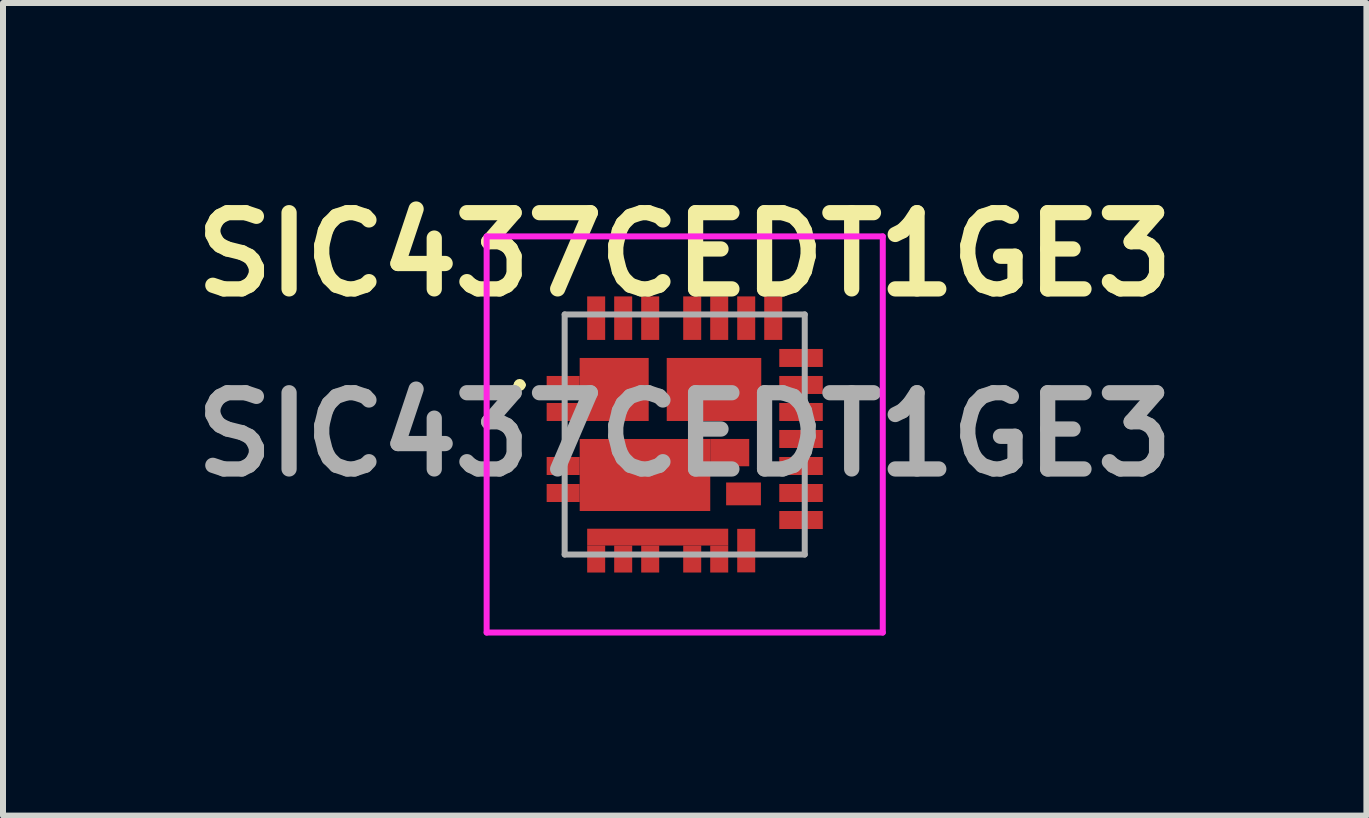
<source format=kicad_pcb>
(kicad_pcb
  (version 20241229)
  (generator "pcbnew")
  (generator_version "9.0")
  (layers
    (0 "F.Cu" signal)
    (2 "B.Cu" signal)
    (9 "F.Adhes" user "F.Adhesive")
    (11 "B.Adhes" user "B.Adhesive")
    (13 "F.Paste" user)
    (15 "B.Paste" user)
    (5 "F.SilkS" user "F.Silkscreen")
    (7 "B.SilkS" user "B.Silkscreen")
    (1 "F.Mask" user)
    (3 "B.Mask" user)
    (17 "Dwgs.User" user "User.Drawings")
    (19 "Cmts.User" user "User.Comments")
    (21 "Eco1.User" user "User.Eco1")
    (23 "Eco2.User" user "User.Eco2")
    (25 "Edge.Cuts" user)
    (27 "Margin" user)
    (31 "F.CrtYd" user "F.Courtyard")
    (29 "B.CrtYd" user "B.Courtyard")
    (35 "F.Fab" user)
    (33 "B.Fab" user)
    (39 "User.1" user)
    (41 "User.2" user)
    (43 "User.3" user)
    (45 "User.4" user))
  (footprint "SIC437CEDT1GE3"
    (layer "F.Cu")
    (at 8.358 4.189)
    (property "Reference" "SIC437CEDT1GE3" (at 0 -3 0) (layer "F.SilkS") (effects (font (size 1.27 1.27) (thickness 0.254))))
    (attr smd)
    (fp_line (start -2.8 -0.825) (end -2.8 -0.825) (stroke (width 0.1) (type solid)) (layer "F.SilkS"))
    (fp_line (start -2.7 -0.825) (end -2.7 -0.825) (stroke (width 0.1) (type solid)) (layer "F.SilkS"))
    (fp_arc (start -2.8 -0.825) (mid -2.75 -0.875) (end -2.7 -0.825) (stroke (width 0.1) (type solid)) (layer "F.SilkS"))
    (fp_arc (start -2.7 -0.825) (mid -2.75 -0.775) (end -2.8 -0.825) (stroke (width 0.1) (type solid)) (layer "F.SilkS"))
    (fp_line (start -3.3 -3.3) (end 3.3 -3.3) (stroke (width 0.1) (type solid)) (layer "F.CrtYd"))
    (fp_line (start -3.3 3.3) (end -3.3 -3.3) (stroke (width 0.1) (type solid)) (layer "F.CrtYd"))
    (fp_line (start 3.3 -3.3) (end 3.3 3.3) (stroke (width 0.1) (type solid)) (layer "F.CrtYd"))
    (fp_line (start 3.3 3.3) (end -3.3 3.3) (stroke (width 0.1) (type solid)) (layer "F.CrtYd"))
    (fp_line (start -2 -2) (end 2 -2) (stroke (width 0.1) (type solid)) (layer "F.Fab"))
    (fp_line (start -2 2) (end -2 -2) (stroke (width 0.1) (type solid)) (layer "F.Fab"))
    (fp_line (start 2 -2) (end 2 2) (stroke (width 0.1) (type solid)) (layer "F.Fab"))
    (fp_line (start 2 2) (end -2 2) (stroke (width 0.1) (type solid)) (layer "F.Fab"))
    (fp_text user "${REFERENCE}" (at 0 0 0) (layer "F.Fab") (effects (font (size 1.27 1.27) (thickness 0.254))))
    (pad "1" smd rect (at -2.025 -0.825 90) (size 0.3 0.55) (layers "F.Cu" "F.Mask" "F.Paste"))
    (pad "2" smd rect (at -2.025 -0.375 90) (size 0.3 0.55) (layers "F.Cu" "F.Mask" "F.Paste"))
    (pad "3" smd rect (at -2.025 0.525 90) (size 0.3 0.55) (layers "F.Cu" "F.Mask" "F.Paste"))
    (pad "4" smd rect (at -2.025 0.975 90) (size 0.3 0.55) (layers "F.Cu" "F.Mask" "F.Paste"))
    (pad "5" smd rect (at -1.475 2.075) (size 0.3 0.45) (layers "F.Cu" "F.Mask" "F.Paste"))
    (pad "6" smd rect (at -1.025 2.075) (size 0.3 0.45) (layers "F.Cu" "F.Mask" "F.Paste"))
    (pad "7" smd rect (at -0.575 2.075) (size 0.3 0.45) (layers "F.Cu" "F.Mask" "F.Paste"))
    (pad "8" smd rect (at 0.125 2.075) (size 0.3 0.45) (layers "F.Cu" "F.Mask" "F.Paste"))
    (pad "9" smd rect (at 0.575 2.075) (size 0.3 0.45) (layers "F.Cu" "F.Mask" "F.Paste"))
    (pad "10" smd rect (at 1.025 1.935) (size 0.3 0.725) (layers "F.Cu" "F.Mask" "F.Paste"))
    (pad "11" smd rect (at 1.938 1.425 90) (size 0.3 0.725) (layers "F.Cu" "F.Mask" "F.Paste"))
    (pad "12" smd rect (at 1.938 0.975 90) (size 0.3 0.725) (layers "F.Cu" "F.Mask" "F.Paste"))
    (pad "13" smd rect (at 1.938 0.525 90) (size 0.3 0.725) (layers "F.Cu" "F.Mask" "F.Paste"))
    (pad "14" smd rect (at 1.938 0.075 90) (size 0.3 0.725) (layers "F.Cu" "F.Mask" "F.Paste"))
    (pad "15" smd rect (at 1.938 -0.375 90) (size 0.3 0.725) (layers "F.Cu" "F.Mask" "F.Paste"))
    (pad "16" smd rect (at 1.938 -0.825 90) (size 0.3 0.725) (layers "F.Cu" "F.Mask" "F.Paste"))
    (pad "17" smd rect (at 1.938 -1.275 90) (size 0.3 0.725) (layers "F.Cu" "F.Mask" "F.Paste"))
    (pad "18" smd rect (at 1.475 -1.938) (size 0.3 0.725) (layers "F.Cu" "F.Mask" "F.Paste"))
    (pad "19" smd rect (at 1.025 -1.938) (size 0.3 0.725) (layers "F.Cu" "F.Mask" "F.Paste"))
    (pad "20" smd rect (at 0.575 -1.938) (size 0.3 0.725) (layers "F.Cu" "F.Mask" "F.Paste"))
    (pad "21" smd rect (at 0.125 -1.938) (size 0.3 0.725) (layers "F.Cu" "F.Mask" "F.Paste"))
    (pad "22" smd rect (at -0.575 -1.938) (size 0.3 0.725) (layers "F.Cu" "F.Mask" "F.Paste"))
    (pad "23" smd rect (at -1.025 -1.938) (size 0.3 0.725) (layers "F.Cu" "F.Mask" "F.Paste"))
    (pad "24" smd rect (at -1.475 -1.938) (size 0.3 0.725) (layers "F.Cu" "F.Mask" "F.Paste"))
    (pad "25" smd rect (at 0.488 -0.75 90) (size 1.05 1.575) (layers "F.Cu" "F.Mask" "F.Paste"))
    (pad "26" smd rect (at -1.175 -0.75 90) (size 1.05 1.15) (layers "F.Cu" "F.Mask" "F.Paste"))
    (pad "27" smd rect (at -0.662 0.675 90) (size 1.2 2.175) (layers "F.Cu" "F.Mask" "F.Paste"))
    (pad "28" smd rect (at 0.98 0.99 90) (size 0.38 0.58) (layers "F.Cu" "F.Mask" "F.Paste"))
    (pad "29" smd rect (at 0.75 0.302 90) (size 0.455 0.65) (layers "F.Cu" "F.Mask" "F.Paste"))
    (pad "30" smd rect (at -0.45 1.71 90) (size 0.28 2.35) (layers "F.Cu" "F.Mask" "F.Paste")))
  (gr_rect
    (start -3 -3)
    (end 19.716 10.539)
    (stroke (width 0.1) (type default))
    (fill no)
    (layer "Edge.Cuts")))
</source>
